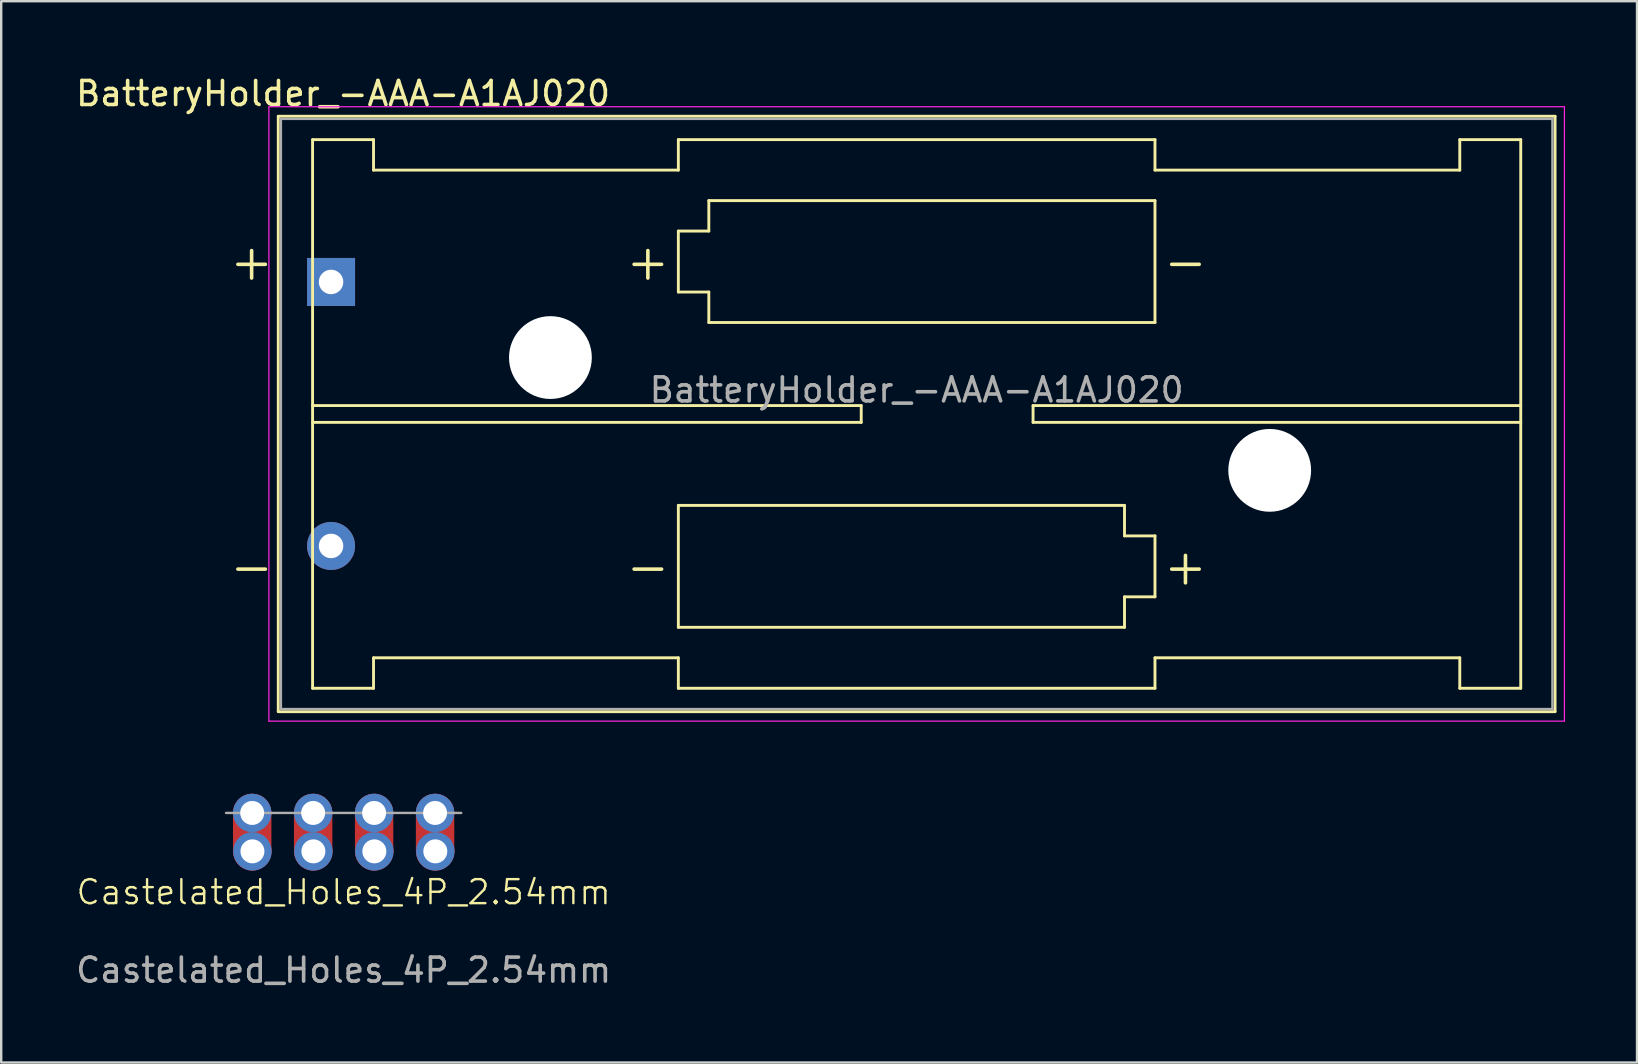
<source format=kicad_pcb>
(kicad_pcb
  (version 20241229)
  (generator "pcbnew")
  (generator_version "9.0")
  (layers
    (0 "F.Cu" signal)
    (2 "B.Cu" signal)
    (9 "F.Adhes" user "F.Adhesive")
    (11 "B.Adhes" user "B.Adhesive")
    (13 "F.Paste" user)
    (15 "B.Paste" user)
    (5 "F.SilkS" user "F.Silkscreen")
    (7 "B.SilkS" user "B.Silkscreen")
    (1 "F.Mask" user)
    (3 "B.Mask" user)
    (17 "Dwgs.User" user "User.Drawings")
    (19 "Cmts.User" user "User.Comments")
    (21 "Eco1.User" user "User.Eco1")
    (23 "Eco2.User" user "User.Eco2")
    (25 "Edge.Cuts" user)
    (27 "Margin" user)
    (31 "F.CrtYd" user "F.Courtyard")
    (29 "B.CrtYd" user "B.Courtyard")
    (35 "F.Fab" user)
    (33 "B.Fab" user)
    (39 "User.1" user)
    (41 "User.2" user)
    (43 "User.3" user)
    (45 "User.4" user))
  (footprint "Castelated_Holes_4P_2.54mm"
    (layer "F.Cu")
    (at 11.268 30.823)
    (property "Reference" "Castelated_Holes_4P_2.54mm" (at 0 3.3 0) (unlocked yes) (layer "F.SilkS") (effects (font (size 1 1) (thickness 0.1))))
    (attr smd)
    (fp_line (start -4.9 0) (end 4.9 0) (stroke (width 0.1) (type default)) (layer "F.Fab"))
    (fp_text user "${REFERENCE}" (at 0 6.55 0) (unlocked yes) (layer "F.Fab") (effects (font (size 1 1) (thickness 0.15))))
    (pad "1" thru_hole circle (at -3.81 0 90) (size 1.6 1.6) (drill 1) (layers "*.Cu" "*.Mask"))
    (pad "1" smd roundrect (at -3.81 0.8 90) (size 3.2 1.6) (layers "F.Cu" "F.Mask") (roundrect_rratio 0.5))
    (pad "1" thru_hole circle (at -3.8 1.6 90) (size 1.6 1.6) (drill 1) (layers "*.Cu" "*.Mask"))
    (pad "2" thru_hole circle (at -1.27 0 90) (size 1.6 1.6) (drill 1) (layers "*.Cu" "*.Mask"))
    (pad "2" smd roundrect (at -1.27 0.8 90) (size 3.2 1.6) (layers "F.Cu" "F.Mask") (roundrect_rratio 0.5))
    (pad "2" thru_hole circle (at -1.26 1.6 90) (size 1.6 1.6) (drill 1) (layers "*.Cu" "*.Mask"))
    (pad "3" thru_hole circle (at 1.27 0 90) (size 1.6 1.6) (drill 1) (layers "*.Cu" "*.Mask"))
    (pad "3" smd roundrect (at 1.27 0.8 90) (size 3.2 1.6) (layers "F.Cu" "F.Mask") (roundrect_rratio 0.5))
    (pad "3" thru_hole circle (at 1.28 1.6 90) (size 1.6 1.6) (drill 1) (layers "*.Cu" "*.Mask"))
    (pad "4" thru_hole circle (at 3.81 0 90) (size 1.6 1.6) (drill 1) (layers "*.Cu" "*.Mask"))
    (pad "4" smd roundrect (at 3.81 0.8 90) (size 3.2 1.6) (layers "F.Cu" "F.Mask") (roundrect_rratio 0.5))
    (pad "4" thru_hole circle (at 3.82 1.6 90) (size 1.6 1.6) (drill 1) (layers "*.Cu" "*.Mask")))
  (footprint "BatteryHolder_-AAA-A1AJ020"
    (layer "F.Cu")
    (at 11.244 7.848)
    (property "Reference" "BatteryHolder_-AAA-A1AJ020" (at 0 -7 0) (layer "F.SilkS") (effects (font (size 1 1) (thickness 0.15))))
    (attr through_hole)
    (fp_line (start -2.7 -6.05) (end -2.7 18.75) (stroke (width 0.12) (type solid)) (layer "F.SilkS"))
    (fp_line (start -2.7 18.755) (end 50.5 18.755) (stroke (width 0.12) (type solid)) (layer "F.SilkS"))
    (fp_line (start -1.27 -5.08) (end -1.27 17.78) (stroke (width 0.12) (type solid)) (layer "F.SilkS"))
    (fp_line (start -1.27 6) (end 21.59 6) (stroke (width 0.12) (type solid)) (layer "F.SilkS"))
    (fp_line (start -1.27 17.78) (end 1.27 17.78) (stroke (width 0.12) (type solid)) (layer "F.SilkS"))
    (fp_line (start 1.27 -5.08) (end -1.27 -5.08) (stroke (width 0.12) (type solid)) (layer "F.SilkS"))
    (fp_line (start 1.27 -3.81) (end 1.27 -5.08) (stroke (width 0.12) (type solid)) (layer "F.SilkS"))
    (fp_line (start 1.27 -3.81) (end 13.97 -3.81) (stroke (width 0.12) (type solid)) (layer "F.SilkS"))
    (fp_line (start 1.27 16.51) (end 13.97 16.51) (stroke (width 0.12) (type solid)) (layer "F.SilkS"))
    (fp_line (start 1.27 17.78) (end 1.27 16.51) (stroke (width 0.12) (type solid)) (layer "F.SilkS"))
    (fp_line (start 13.97 -5.08) (end 13.97 -3.81) (stroke (width 0.12) (type solid)) (layer "F.SilkS"))
    (fp_line (start 13.97 -1.27) (end 15.24 -1.27) (stroke (width 0.12) (type solid)) (layer "F.SilkS"))
    (fp_line (start 13.97 1.27) (end 13.97 -1.27) (stroke (width 0.12) (type solid)) (layer "F.SilkS"))
    (fp_line (start 13.97 10.16) (end 32.56 10.16) (stroke (width 0.12) (type solid)) (layer "F.SilkS"))
    (fp_line (start 13.97 15.24) (end 13.97 10.16) (stroke (width 0.12) (type solid)) (layer "F.SilkS"))
    (fp_line (start 13.97 16.51) (end 13.97 17.78) (stroke (width 0.12) (type solid)) (layer "F.SilkS"))
    (fp_line (start 13.97 17.78) (end 33.83 17.78) (stroke (width 0.12) (type solid)) (layer "F.SilkS"))
    (fp_line (start 15.24 -2.54) (end 33.83 -2.54) (stroke (width 0.12) (type solid)) (layer "F.SilkS"))
    (fp_line (start 15.24 -1.27) (end 15.24 -2.54) (stroke (width 0.12) (type solid)) (layer "F.SilkS"))
    (fp_line (start 15.24 1.27) (end 13.97 1.27) (stroke (width 0.12) (type solid)) (layer "F.SilkS"))
    (fp_line (start 15.24 2.54) (end 15.24 1.27) (stroke (width 0.12) (type solid)) (layer "F.SilkS"))
    (fp_line (start 21.59 6) (end 21.59 6.7) (stroke (width 0.12) (type solid)) (layer "F.SilkS"))
    (fp_line (start 21.59 6.7) (end -1.27 6.7) (stroke (width 0.12) (type solid)) (layer "F.SilkS"))
    (fp_line (start 28.75 6) (end 28.75 6.7) (stroke (width 0.12) (type solid)) (layer "F.SilkS"))
    (fp_line (start 28.75 6.7) (end 49.07 6.7) (stroke (width 0.12) (type solid)) (layer "F.SilkS"))
    (fp_line (start 32.56 10.16) (end 32.56 11.43) (stroke (width 0.12) (type solid)) (layer "F.SilkS"))
    (fp_line (start 32.56 11.43) (end 33.83 11.43) (stroke (width 0.12) (type solid)) (layer "F.SilkS"))
    (fp_line (start 32.56 13.97) (end 32.56 15.24) (stroke (width 0.12) (type solid)) (layer "F.SilkS"))
    (fp_line (start 32.56 15.24) (end 13.97 15.24) (stroke (width 0.12) (type solid)) (layer "F.SilkS"))
    (fp_line (start 33.83 -5.08) (end 13.97 -5.08) (stroke (width 0.12) (type solid)) (layer "F.SilkS"))
    (fp_line (start 33.83 -3.81) (end 33.83 -5.08) (stroke (width 0.12) (type solid)) (layer "F.SilkS"))
    (fp_line (start 33.83 -2.54) (end 33.83 2.54) (stroke (width 0.12) (type solid)) (layer "F.SilkS"))
    (fp_line (start 33.83 2.54) (end 15.24 2.54) (stroke (width 0.12) (type solid)) (layer "F.SilkS"))
    (fp_line (start 33.83 11.43) (end 33.83 13.97) (stroke (width 0.12) (type solid)) (layer "F.SilkS"))
    (fp_line (start 33.83 13.97) (end 32.56 13.97) (stroke (width 0.12) (type solid)) (layer "F.SilkS"))
    (fp_line (start 33.83 17.78) (end 33.83 16.51) (stroke (width 0.12) (type solid)) (layer "F.SilkS"))
    (fp_line (start 46.53 -5.08) (end 46.53 -3.81) (stroke (width 0.12) (type solid)) (layer "F.SilkS"))
    (fp_line (start 46.53 -3.81) (end 33.83 -3.81) (stroke (width 0.12) (type solid)) (layer "F.SilkS"))
    (fp_line (start 46.53 16.51) (end 33.83 16.51) (stroke (width 0.12) (type solid)) (layer "F.SilkS"))
    (fp_line (start 46.53 17.78) (end 46.53 16.51) (stroke (width 0.12) (type solid)) (layer "F.SilkS"))
    (fp_line (start 49.07 -5.08) (end 46.53 -5.08) (stroke (width 0.12) (type solid)) (layer "F.SilkS"))
    (fp_line (start 49.07 -5.08) (end 49.07 17.78) (stroke (width 0.12) (type solid)) (layer "F.SilkS"))
    (fp_line (start 49.07 6) (end 28.75 6) (stroke (width 0.12) (type solid)) (layer "F.SilkS"))
    (fp_line (start 49.07 17.78) (end 46.53 17.78) (stroke (width 0.12) (type solid)) (layer "F.SilkS"))
    (fp_line (start 50.5 -6.055) (end -2.7 -6.055) (stroke (width 0.12) (type solid)) (layer "F.SilkS"))
    (fp_line (start 50.5 18.75) (end 50.5 -6.05) (stroke (width 0.12) (type solid)) (layer "F.SilkS"))
    (fp_line (start -3.09 -6.45) (end -3.09 19.15) (stroke (width 0.05) (type solid)) (layer "F.CrtYd"))
    (fp_line (start -3.09 19.15) (end 50.89 19.15) (stroke (width 0.05) (type solid)) (layer "F.CrtYd"))
    (fp_line (start 50.89 -6.45) (end -3.09 -6.45) (stroke (width 0.05) (type solid)) (layer "F.CrtYd"))
    (fp_line (start 50.89 19.15) (end 50.89 -6.45) (stroke (width 0.05) (type solid)) (layer "F.CrtYd"))
    (fp_line (start -2.59 -5.945) (end 50.39 -5.945) (stroke (width 0.1) (type solid)) (layer "F.Fab"))
    (fp_line (start -2.59 18.645) (end -2.59 -5.945) (stroke (width 0.1) (type solid)) (layer "F.Fab"))
    (fp_line (start -2.59 18.645) (end 50.39 18.645) (stroke (width 0.1) (type solid)) (layer "F.Fab"))
    (fp_line (start 50.39 18.645) (end 50.39 -5.945) (stroke (width 0.1) (type solid)) (layer "F.Fab"))
    (fp_text user "+" (at -3.81 0 0) (layer "F.SilkS") (effects (font (size 1.5 1.5) (thickness 0.15))))
    (fp_text user "-" (at -3.81 12.7 0) (layer "F.SilkS") (effects (font (size 1.5 1.5) (thickness 0.15))))
    (fp_text user "+" (at 35.1 12.7 0) (layer "F.SilkS") (effects (font (size 1.5 1.5) (thickness 0.15))))
    (fp_text user "-" (at 12.7 12.7 0) (layer "F.SilkS") (effects (font (size 1.5 1.5) (thickness 0.15))))
    (fp_text user "-" (at 35.1 0 0) (layer "F.SilkS") (effects (font (size 1.5 1.5) (thickness 0.15))))
    (fp_text user "+" (at 12.7 0 0) (layer "F.SilkS") (effects (font (size 1.5 1.5) (thickness 0.15))))
    (fp_text user "${REFERENCE}" (at 23.9 5.35 0) (layer "F.Fab") (effects (font (size 1 1) (thickness 0.15))))
    (pad "" np_thru_hole circle (at 8.64 4) (size 3.45 3.45) (drill 3.45) (layers "*.Cu"))
    (pad "" np_thru_hole circle (at 38.61 8.7) (size 3.45 3.45) (drill 3.45) (layers "*.Cu" "*.Mask"))
    (pad "1" thru_hole rect (at -0.5 0.85) (size 2 2) (drill 1.02) (layers "*.Cu" "*.Mask"))
    (pad "2" thru_hole circle (at -0.5 11.85) (size 2 2) (drill 1.02) (layers "*.Cu" "*.Mask")))
  (gr_rect
    (start -3 -3)
    (end 65.159 41.221)
    (stroke (width 0.1) (type default))
    (fill no)
    (layer "Edge.Cuts")))
</source>
